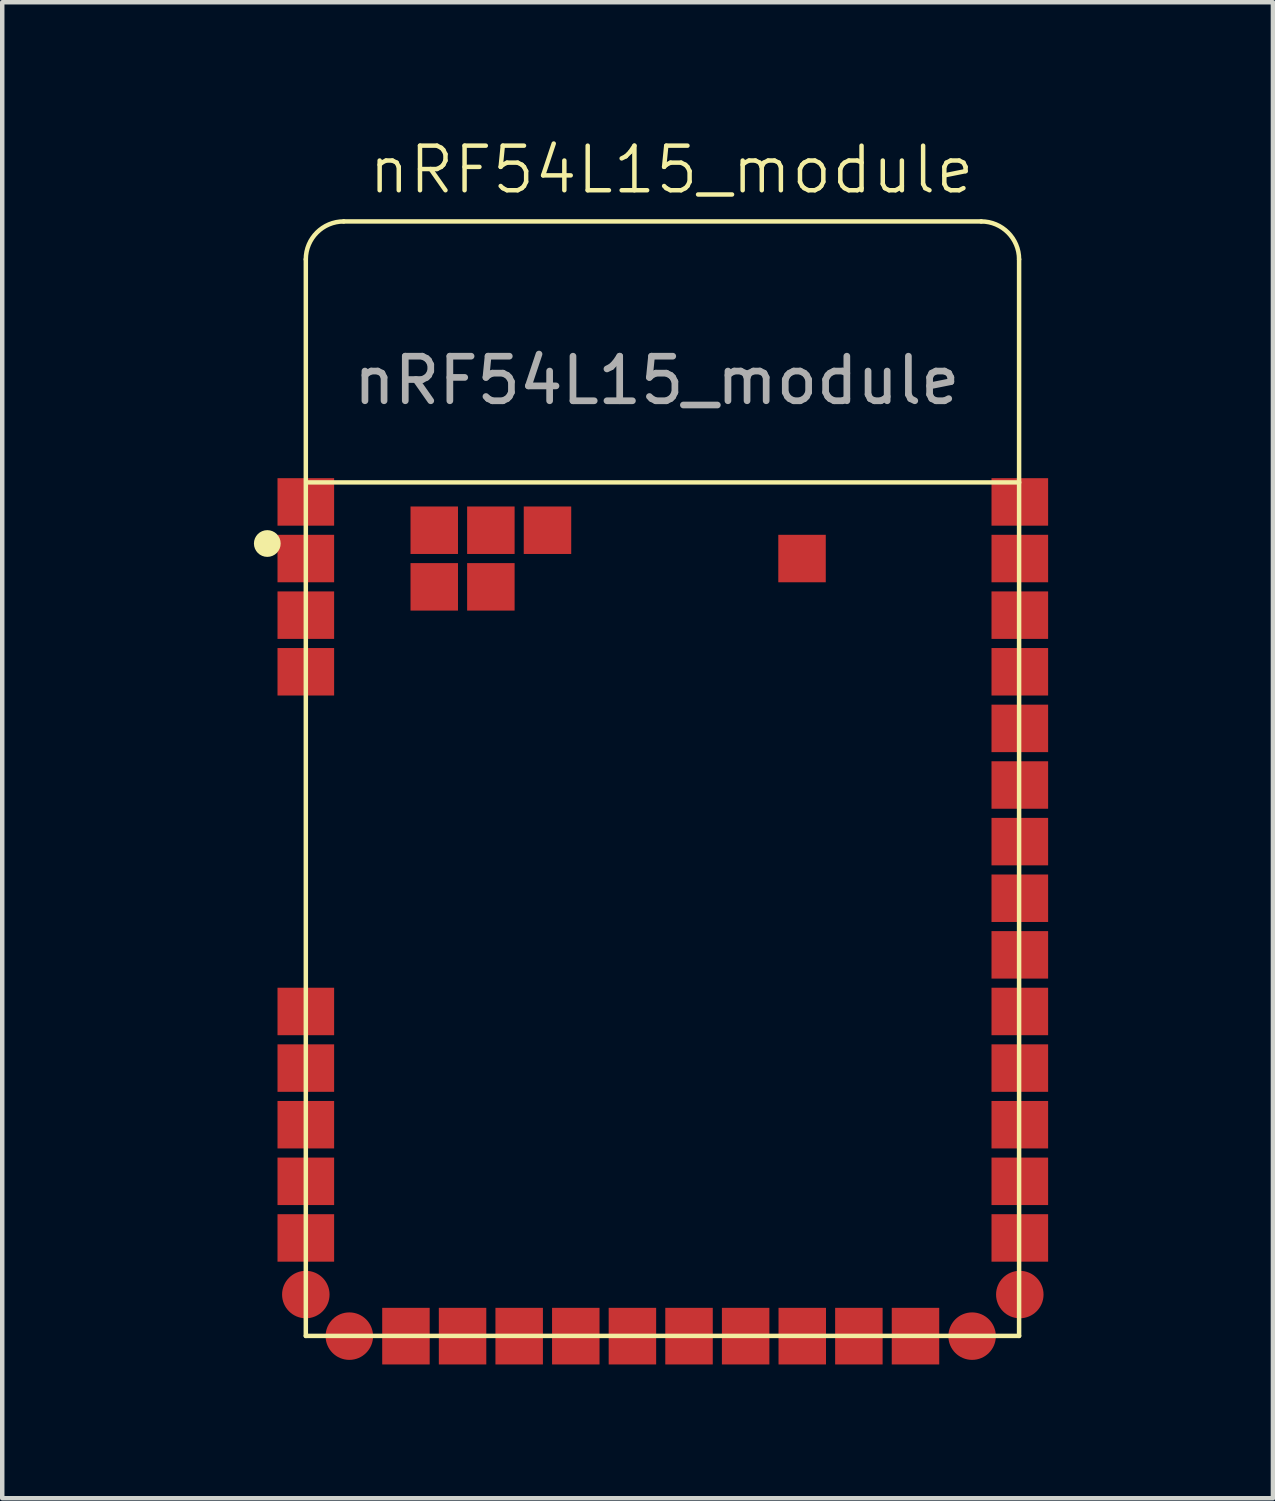
<source format=kicad_pcb>
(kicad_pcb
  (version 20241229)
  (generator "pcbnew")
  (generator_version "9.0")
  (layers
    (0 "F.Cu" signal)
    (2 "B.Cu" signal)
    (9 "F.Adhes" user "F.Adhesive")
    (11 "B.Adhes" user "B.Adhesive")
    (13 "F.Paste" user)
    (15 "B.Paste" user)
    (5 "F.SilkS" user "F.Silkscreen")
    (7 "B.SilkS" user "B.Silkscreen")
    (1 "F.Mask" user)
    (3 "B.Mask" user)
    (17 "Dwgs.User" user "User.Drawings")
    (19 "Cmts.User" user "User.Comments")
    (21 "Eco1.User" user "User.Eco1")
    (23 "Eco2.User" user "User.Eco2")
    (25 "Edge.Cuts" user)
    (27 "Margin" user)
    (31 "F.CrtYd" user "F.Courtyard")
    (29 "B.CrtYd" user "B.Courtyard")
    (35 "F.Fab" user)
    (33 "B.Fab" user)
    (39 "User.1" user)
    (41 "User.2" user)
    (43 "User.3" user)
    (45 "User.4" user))
  (footprint "nRF54L15_module"
    (layer "F.Cu")
    (at 3.759 1.878)
    (property "Reference" "nRF54L15_module" (at 8.255 -1.118 0) (unlocked yes) (layer "F.SilkS") (effects (font (size 1 1) (thickness 0.1))))
    (attr smd)
    (fp_line (start 0.051 0.889) (end 0.051 25.039) (stroke (width 0.1) (type default)) (layer "F.SilkS"))
    (fp_line (start 0.051 25.039) (end 16.051 25.039) (stroke (width 0.1) (type default)) (layer "F.SilkS"))
    (fp_line (start 0.102 5.893) (end 16.053 5.893) (stroke (width 0.1) (type default)) (layer "F.SilkS"))
    (fp_line (start 0.901 0.039) (end 15.201 0.039) (stroke (width 0.1) (type default)) (layer "F.SilkS"))
    (fp_line (start 16.051 0.889) (end 16.051 25.039) (stroke (width 0.1) (type default)) (layer "F.SilkS"))
    (fp_arc (start 0.0508 0.889) (mid 0.299759 0.287959) (end 0.9008 0.039) (stroke (width 0.1) (type default)) (layer "F.SilkS"))
    (fp_arc (start 15.2008 0.039) (mid 15.801841 0.287959) (end 16.0508 0.889) (stroke (width 0.1) (type default)) (layer "F.SilkS"))
    (fp_circle (center -0.813 7.264) (end -0.613 7.264) (stroke (width 0.2) (type default)) (fill yes) (layer "F.SilkS"))
    (fp_text user "${REFERENCE}" (at 7.925 3.607 0) (unlocked yes) (layer "F.Fab") (effects (font (size 1 1) (thickness 0.15))))
    (pad "1" smd rect (at 0.051 6.331) (size 1.27 1.065) (layers "F.Cu" "F.Mask" "F.Paste"))
    (pad "2" smd rect (at 0.051 7.601) (size 1.27 1.065) (layers "F.Cu" "F.Mask" "F.Paste"))
    (pad "3" smd rect (at 0.051 8.871) (size 1.27 1.065) (layers "F.Cu" "F.Mask" "F.Paste"))
    (pad "4" smd rect (at 0.051 10.141) (size 1.27 1.065) (layers "F.Cu" "F.Mask" "F.Paste"))
    (pad "5" smd rect (at 0.051 17.761) (size 1.27 1.065) (layers "F.Cu" "F.Mask" "F.Paste"))
    (pad "6" smd rect (at 0.051 19.031) (size 1.27 1.065) (layers "F.Cu" "F.Mask" "F.Paste"))
    (pad "7" smd rect (at 0.051 20.301) (size 1.27 1.065) (layers "F.Cu" "F.Mask" "F.Paste"))
    (pad "8" smd rect (at 0.051 21.571) (size 1.27 1.065) (layers "F.Cu" "F.Mask" "F.Paste"))
    (pad "9" smd rect (at 0.051 22.841) (size 1.27 1.065) (layers "F.Cu" "F.Mask" "F.Paste"))
    (pad "10" smd circle (at 0.051 24.111) (size 1.065 1.065) (layers "F.Cu" "F.Mask" "F.Paste"))
    (pad "11" smd circle (at 1.027 25.044 90) (size 1.065 1.065) (layers "F.Cu" "F.Mask" "F.Paste"))
    (pad "12" smd rect (at 2.297 25.044 90) (size 1.27 1.065) (layers "F.Cu" "F.Mask" "F.Paste"))
    (pad "13" smd rect (at 3.567 25.044 90) (size 1.27 1.065) (layers "F.Cu" "F.Mask" "F.Paste"))
    (pad "14" smd rect (at 4.837 25.044 90) (size 1.27 1.065) (layers "F.Cu" "F.Mask" "F.Paste"))
    (pad "15" smd rect (at 6.107 25.044 90) (size 1.27 1.065) (layers "F.Cu" "F.Mask" "F.Paste"))
    (pad "16" smd rect (at 7.377 25.044 90) (size 1.27 1.065) (layers "F.Cu" "F.Mask" "F.Paste"))
    (pad "17" smd rect (at 8.647 25.044 90) (size 1.27 1.065) (layers "F.Cu" "F.Mask" "F.Paste"))
    (pad "18" smd rect (at 9.917 25.044 90) (size 1.27 1.065) (layers "F.Cu" "F.Mask" "F.Paste"))
    (pad "19" smd rect (at 11.187 25.044 90) (size 1.27 1.065) (layers "F.Cu" "F.Mask" "F.Paste"))
    (pad "20" smd rect (at 12.457 25.044 90) (size 1.27 1.065) (layers "F.Cu" "F.Mask" "F.Paste"))
    (pad "21" smd rect (at 13.727 25.044 90) (size 1.27 1.065) (layers "F.Cu" "F.Mask" "F.Paste"))
    (pad "22" smd circle (at 14.997 25.044 90) (size 1.065 1.065) (layers "F.Cu" "F.Mask" "F.Paste"))
    (pad "23" smd circle (at 16.067 24.111) (size 1.065 1.065) (layers "F.Cu" "F.Mask" "F.Paste"))
    (pad "24" smd rect (at 16.067 22.841) (size 1.27 1.065) (layers "F.Cu" "F.Mask" "F.Paste"))
    (pad "25" smd rect (at 16.067 21.571) (size 1.27 1.065) (layers "F.Cu" "F.Mask" "F.Paste"))
    (pad "26" smd rect (at 16.067 20.301) (size 1.27 1.065) (layers "F.Cu" "F.Mask" "F.Paste"))
    (pad "27" smd rect (at 16.067 19.031) (size 1.27 1.065) (layers "F.Cu" "F.Mask" "F.Paste"))
    (pad "28" smd rect (at 16.067 17.761) (size 1.27 1.065) (layers "F.Cu" "F.Mask" "F.Paste"))
    (pad "29" smd rect (at 16.067 16.491) (size 1.27 1.065) (layers "F.Cu" "F.Mask" "F.Paste"))
    (pad "30" smd rect (at 16.067 15.221) (size 1.27 1.065) (layers "F.Cu" "F.Mask" "F.Paste"))
    (pad "31" smd rect (at 16.067 13.951) (size 1.27 1.065) (layers "F.Cu" "F.Mask" "F.Paste"))
    (pad "32" smd rect (at 16.067 12.681) (size 1.27 1.065) (layers "F.Cu" "F.Mask" "F.Paste"))
    (pad "33" smd rect (at 16.067 11.411) (size 1.27 1.065) (layers "F.Cu" "F.Mask" "F.Paste"))
    (pad "34" smd rect (at 16.067 10.141) (size 1.27 1.065) (layers "F.Cu" "F.Mask" "F.Paste"))
    (pad "35" smd rect (at 16.067 8.871) (size 1.27 1.065) (layers "F.Cu" "F.Mask" "F.Paste"))
    (pad "36" smd rect (at 16.067 7.601) (size 1.27 1.065) (layers "F.Cu" "F.Mask" "F.Paste"))
    (pad "37" smd rect (at 16.067 6.331) (size 1.27 1.065) (layers "F.Cu" "F.Mask" "F.Paste"))
    (pad "38" smd rect (at 2.932 6.966) (size 1.065 1.065) (layers "F.Cu" "F.Mask" "F.Paste"))
    (pad "39" smd rect (at 4.202 6.966 90) (size 1.065 1.065) (layers "F.Cu" "F.Mask" "F.Paste"))
    (pad "40" smd rect (at 5.472 6.966 90) (size 1.065 1.065) (layers "F.Cu" "F.Mask" "F.Paste"))
    (pad "41" smd rect (at 2.932 8.236) (size 1.065 1.065) (layers "F.Cu" "F.Mask" "F.Paste"))
    (pad "42" smd rect (at 4.202 8.236) (size 1.065 1.065) (layers "F.Cu" "F.Mask" "F.Paste"))
    (pad "43" smd rect (at 11.182 7.601) (size 1.065 1.065) (layers "F.Cu" "F.Mask" "F.Paste"))
    (zone (net_name "") (layers "F.Cu" "B.Cu") (name "ANTENNA") (hatch full 0.25) (connect_pads) (min_thickness 0.25) (filled_areas_thickness no) (keepout (tracks not_allowed) (vias not_allowed) (pads not_allowed) (copperpour not_allowed) (footprints not_allowed)) (placement (enabled no)) (fill) (polygon (pts (xy 0 7.771) (xy 22.504 7.769) (xy 22.504 0.405) (xy 0 0.405)))))
  (gr_rect
    (start -3 -3)
    (end 25.504 30.558)
    (stroke (width 0.1) (type default))
    (fill no)
    (layer "Edge.Cuts")))
</source>
